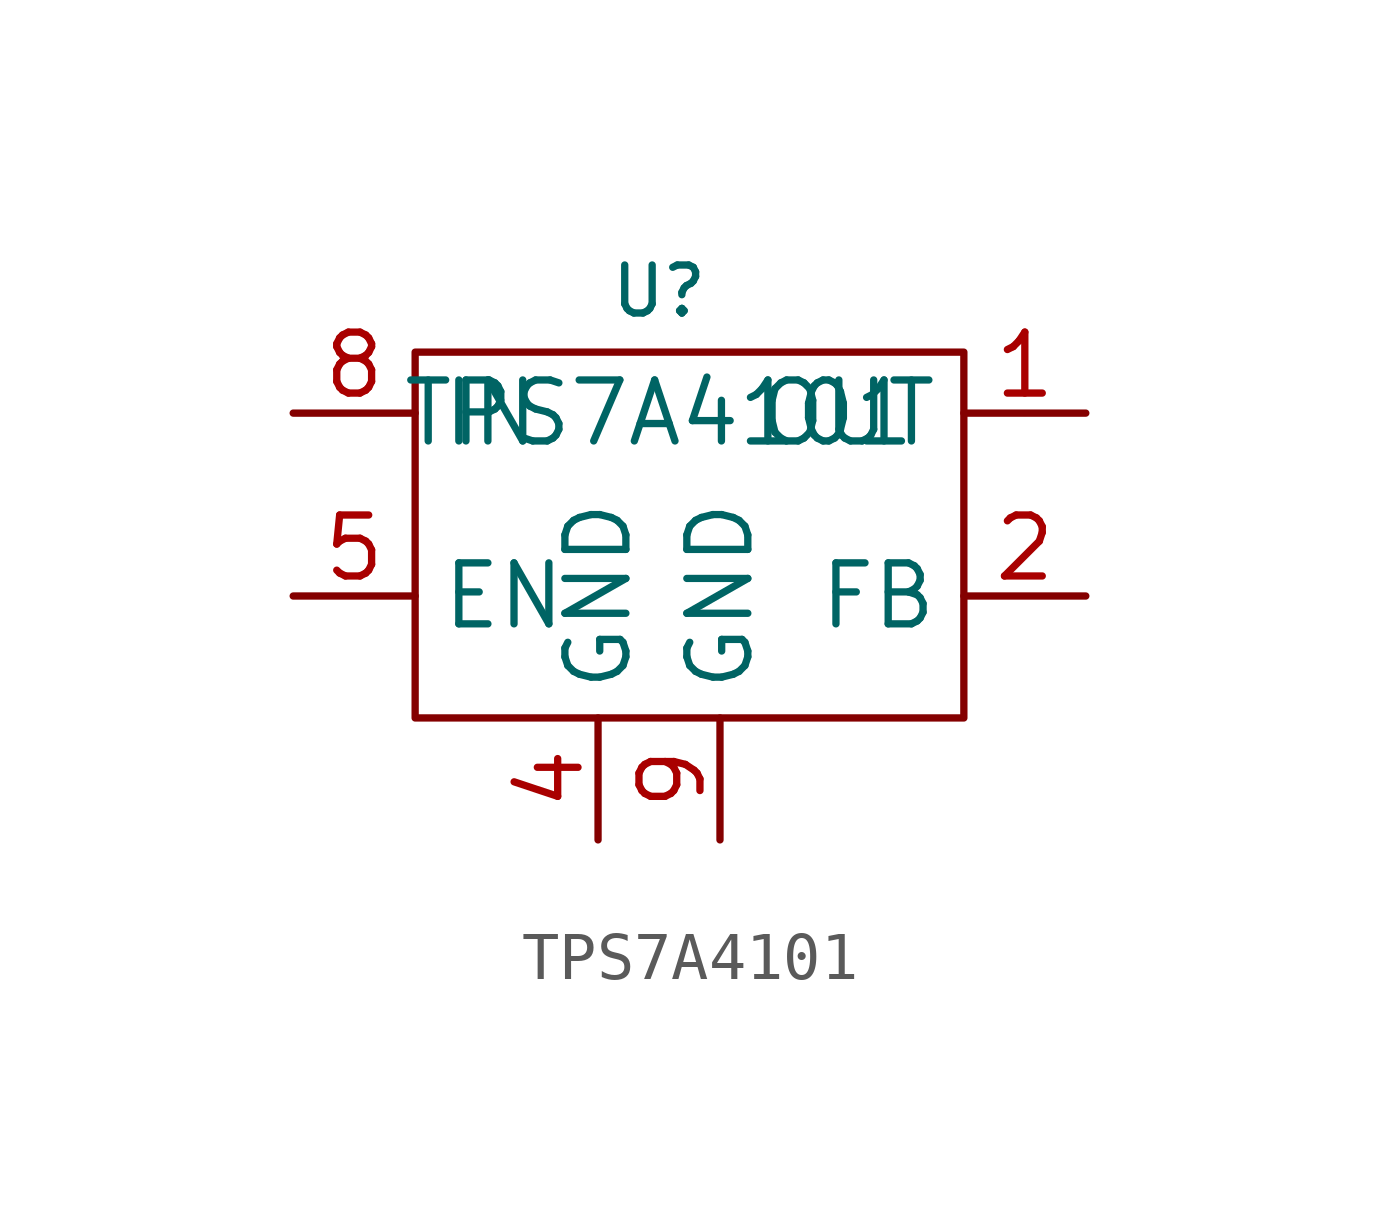
<source format=kicad_sym>
(kicad_symbol_lib
  (version 20220914)
  (generator kicad_symbol_editor)
  (symbol "TPS7A4101"
    (property "Reference" "U"
      (at 0 3.81 0)
      (effects (font (size 1 1))))
    (property "Value" "TPS7A4101"
      (at 0 1.27 0)
      (effects (font (size 1.27 1.27))))
    (symbol "TPS7A4101_0_1"
      (rectangle (start -5.08 2.54) (end 6.35 -5.08) (stroke (width 0) (type default)) (fill (type none))))
    (symbol "TPS7A4101_1_1"
      (pin power_out line (at 8.89 1.27 180) (length 2.54) (name "OUT" (effects (font (size 1.27 1.27)))) (number "1" (effects (font (size 1.27 1.27)))))
      (pin input line (at 8.89 -2.54 180) (length 2.54) (name "FB" (effects (font (size 1.27 1.27)))) (number "2" (effects (font (size 1.27 1.27)))))
      (pin no_connect line (at 3.81 -5.08 90) (length 0) hide (name "NC" (effects (font (size 1.27 1.27)))) (number "3" (effects (font (size 1.27 1.27)))))
      (pin power_in line (at -1.27 -7.62 90) (length 2.54) (name "GND" (effects (font (size 1.27 1.27)))) (number "4" (effects (font (size 1.27 1.27)))))
      (pin input line (at -7.62 -2.54 0) (length 2.54) (name "EN" (effects (font (size 1.27 1.27)))) (number "5" (effects (font (size 1.27 1.27)))))
      (pin no_connect line (at 3.81 -5.08 90) (length 0) hide (name "NC" (effects (font (size 1.27 1.27)))) (number "6" (effects (font (size 1.27 1.27)))))
      (pin no_connect line (at 3.81 -5.08 90) (length 0) hide (name "NC" (effects (font (size 1.27 1.27)))) (number "7" (effects (font (size 1.27 1.27)))))
      (pin power_in line (at -7.62 1.27 0) (length 2.54) (name "IN" (effects (font (size 1.27 1.27)))) (number "8" (effects (font (size 1.27 1.27)))))
      (pin power_in line (at 1.27 -7.62 90) (length 2.54) (name "GND" (effects (font (size 1.27 1.27)))) (number "9" (effects (font (size 1.27 1.27))))))))
</source>
